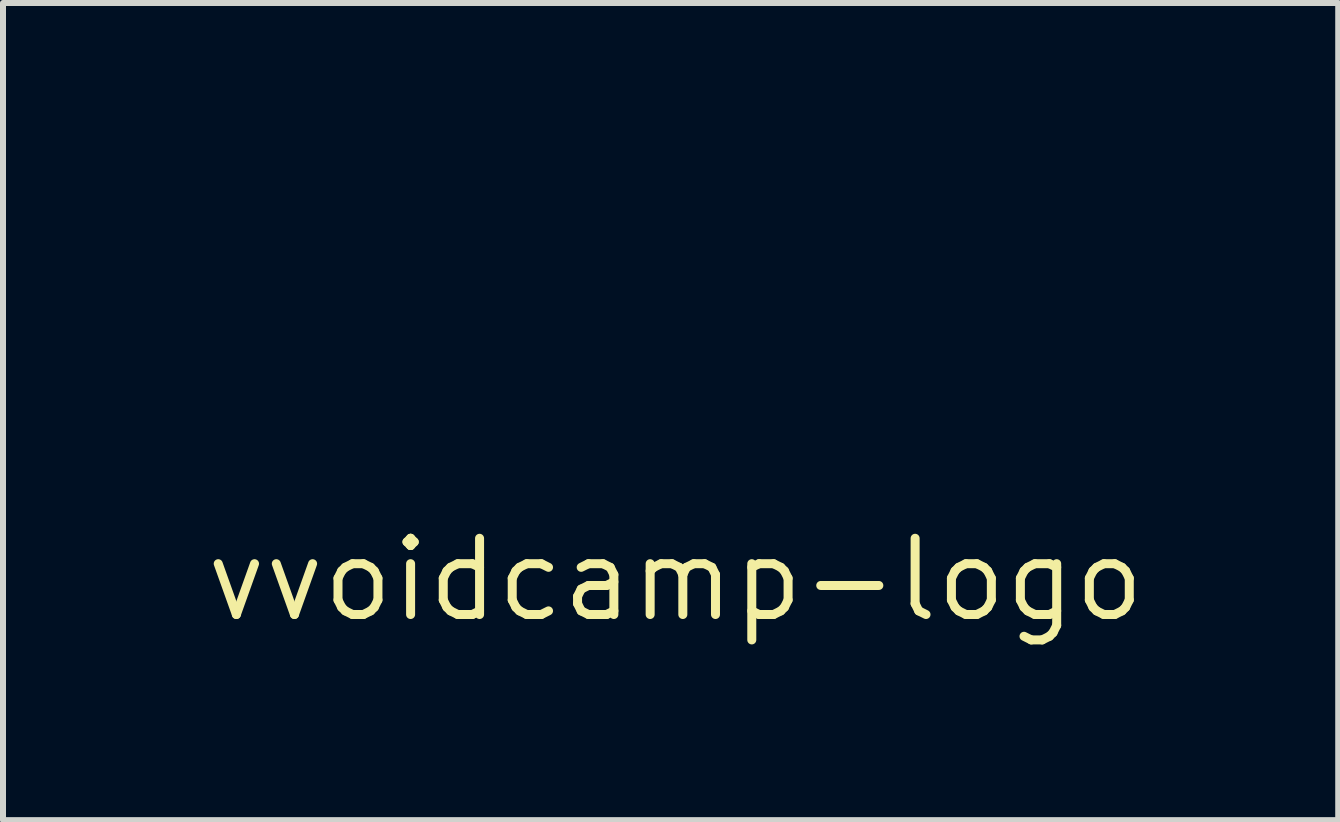
<source format=kicad_pcb>
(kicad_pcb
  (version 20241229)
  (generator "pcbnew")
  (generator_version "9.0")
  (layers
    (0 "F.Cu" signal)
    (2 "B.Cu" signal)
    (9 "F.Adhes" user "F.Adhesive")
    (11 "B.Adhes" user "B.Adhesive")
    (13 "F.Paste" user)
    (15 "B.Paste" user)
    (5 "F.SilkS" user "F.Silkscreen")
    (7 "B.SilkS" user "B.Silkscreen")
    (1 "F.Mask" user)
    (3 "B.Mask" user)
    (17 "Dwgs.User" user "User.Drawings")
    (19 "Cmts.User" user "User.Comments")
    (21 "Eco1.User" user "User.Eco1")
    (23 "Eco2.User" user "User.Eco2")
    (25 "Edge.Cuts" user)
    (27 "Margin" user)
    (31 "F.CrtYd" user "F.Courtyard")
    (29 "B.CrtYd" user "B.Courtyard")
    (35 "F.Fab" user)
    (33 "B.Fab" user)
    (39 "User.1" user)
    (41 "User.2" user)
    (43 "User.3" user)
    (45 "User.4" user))
  (footprint "vvoidcamp-logo"
    (layer "F.Cu")
    (at 8.206 6.609)
    (property "Reference" "vvoidcamp-logo" (at 0 0 0) (layer "F.SilkS") (effects (font (size 1.27 1.27) (thickness 0.15))))
    (attr through_hole)
    (fp_poly (pts (xy -5.312 -2.142) (xy -5.259 -2.052) (xy -5.184 -1.913) (xy -5.094 -1.741) (xy -4.997 -1.549) (xy -4.899 -1.351) (xy -4.808 -1.163) (xy -4.731 -0.997) (xy -4.675 -0.868) (xy -4.664 -0.841) (xy -4.699 -0.828) (xy -4.804 -0.818) (xy -4.967 -0.81) (xy -5.172 -0.805) (xy -5.309 -0.804) (xy -5.968 -0.804) (xy -5.869 -1.027) (xy -5.739 -1.317) (xy -5.619 -1.581) (xy -5.514 -1.808) (xy -5.429 -1.988) (xy -5.369 -2.112) (xy -5.337 -2.169) (xy -5.336 -2.17) (xy -5.312 -2.142)) (stroke (width 0.01) (type solid)) (fill yes) (layer "B.Mask"))
    (fp_poly (pts (xy 3.343 -6.597) (xy 3.386 -6.581) (xy 3.387 -6.579) (xy 3.369 -6.538) (xy 3.32 -6.429) (xy 3.242 -6.259) (xy 3.139 -6.036) (xy 3.015 -5.77) (xy 2.874 -5.466) (xy 2.72 -5.134) (xy 2.556 -4.782) (xy 2.386 -4.418) (xy 2.213 -4.049) (xy 2.043 -3.684) (xy 1.877 -3.33) (xy 1.721 -2.997) (xy 1.578 -2.691) (xy 1.451 -2.422) (xy 1.344 -2.196) (xy 1.262 -2.022) (xy 1.207 -1.908) (xy 1.185 -1.865) (xy 1.155 -1.844) (xy 1.116 -1.893) (xy 1.087 -1.957) (xy 1.022 -2.112) (xy 2.067 -4.356) (xy 3.111 -6.601) (xy 3.249 -6.603) (xy 3.343 -6.597)) (stroke (width 0.01) (type solid)) (fill yes) (layer "B.Mask"))
    (fp_poly (pts (xy -3.535 -6.603) (xy -2.446 -4.356) (xy -2.218 -3.886) (xy -2.025 -3.486) (xy -1.863 -3.15) (xy -1.731 -2.873) (xy -1.625 -2.647) (xy -1.543 -2.468) (xy -1.482 -2.328) (xy -1.44 -2.222) (xy -1.414 -2.144) (xy -1.402 -2.088) (xy -1.4 -2.047) (xy -1.406 -2.016) (xy -1.418 -1.989) (xy -1.42 -1.986) (xy -1.469 -1.902) (xy -1.501 -1.863) (xy -1.503 -1.863) (xy -1.533 -1.896) (xy -1.58 -1.976) (xy -1.582 -1.979) (xy -1.622 -2.059) (xy -1.693 -2.203) (xy -1.79 -2.402) (xy -1.91 -2.649) (xy -2.049 -2.935) (xy -2.204 -3.252) (xy -2.369 -3.592) (xy -2.541 -3.948) (xy -2.717 -4.311) (xy -2.892 -4.673) (xy -3.063 -5.027) (xy -3.225 -5.363) (xy -3.375 -5.675) (xy -3.51 -5.953) (xy -3.624 -6.191) (xy -3.714 -6.379) (xy -3.777 -6.511) (xy -3.807 -6.577) (xy -3.81 -6.584) (xy -3.773 -6.597) (xy -3.683 -6.603) (xy -3.672 -6.603) (xy -3.535 -6.603)) (stroke (width 0.01) (type solid)) (fill yes) (layer "B.Mask"))
    (fp_poly (pts (xy -5.354 -6.525) (xy -5.298 -6.417) (xy -5.21 -6.245) (xy -5.093 -6.014) (xy -4.951 -5.731) (xy -4.787 -5.4) (xy -4.603 -5.028) (xy -4.402 -4.621) (xy -4.187 -4.184) (xy -3.962 -3.723) (xy -3.917 -3.63) (xy -3.689 -3.164) (xy -3.472 -2.721) (xy -3.269 -2.305) (xy -3.082 -1.923) (xy -2.915 -1.58) (xy -2.77 -1.283) (xy -2.65 -1.038) (xy -2.557 -0.85) (xy -2.496 -0.725) (xy -2.469 -0.669) (xy -2.467 -0.667) (xy -2.503 -0.658) (xy -2.611 -0.65) (xy -2.781 -0.643) (xy -3.002 -0.638) (xy -3.26 -0.635) (xy -3.427 -0.635) (xy -4.404 -0.635) (xy -4.863 -1.577) (xy -5.323 -2.519) (xy -5.43 -2.286) (xy -5.484 -2.171) (xy -5.565 -1.998) (xy -5.667 -1.783) (xy -5.781 -1.545) (xy -5.877 -1.344) (xy -6.217 -0.635) (xy -7.218 -0.635) (xy -7.497 -0.636) (xy -7.745 -0.64) (xy -7.951 -0.645) (xy -8.102 -0.652) (xy -8.187 -0.661) (xy -8.201 -0.667) (xy -8.181 -0.709) (xy -8.127 -0.822) (xy -8.043 -1) (xy -7.931 -1.236) (xy -7.794 -1.525) (xy -7.634 -1.861) (xy -7.455 -2.238) (xy -7.26 -2.65) (xy -7.051 -3.091) (xy -6.831 -3.555) (xy -6.795 -3.63) (xy -6.574 -4.096) (xy -6.363 -4.54) (xy -6.164 -4.954) (xy -5.982 -5.334) (xy -5.818 -5.674) (xy -5.676 -5.967) (xy -5.558 -6.209) (xy -5.467 -6.392) (xy -5.406 -6.511) (xy -5.378 -6.561) (xy -5.377 -6.562) (xy -5.354 -6.525)) (stroke (width 0.01) (type solid)) (fill yes) (layer "B.Mask"))
    (fp_poly (pts (xy 1.311 -6.599) (xy 1.354 -6.588) (xy 1.355 -6.587) (xy 1.337 -6.547) (xy 1.288 -6.441) (xy 1.213 -6.279) (xy 1.116 -6.072) (xy 1.002 -5.83) (xy 0.876 -5.563) (xy 0.743 -5.281) (xy 0.608 -4.996) (xy 0.476 -4.717) (xy 0.352 -4.454) (xy 0.239 -4.219) (xy 0.145 -4.021) (xy 0.073 -3.87) (xy 0.027 -3.778) (xy 0.023 -3.768) (xy 0.01 -3.734) (xy 0.007 -3.691) (xy 0.018 -3.632) (xy 0.046 -3.547) (xy 0.095 -3.429) (xy 0.167 -3.269) (xy 0.267 -3.058) (xy 0.398 -2.788) (xy 0.562 -2.452) (xy 0.566 -2.443) (xy 1.164 -1.224) (xy 2.434 -3.904) (xy 3.705 -6.583) (xy 3.842 -6.596) (xy 3.935 -6.597) (xy 3.979 -6.582) (xy 3.979 -6.58) (xy 3.962 -6.537) (xy 3.911 -6.424) (xy 3.83 -6.249) (xy 3.723 -6.02) (xy 3.593 -5.743) (xy 3.443 -5.425) (xy 3.278 -5.075) (xy 3.1 -4.698) (xy 2.912 -4.303) (xy 2.719 -3.896) (xy 2.523 -3.484) (xy 2.328 -3.075) (xy 2.138 -2.676) (xy 1.956 -2.295) (xy 1.784 -1.937) (xy 1.628 -1.611) (xy 1.489 -1.324) (xy 1.373 -1.082) (xy 1.281 -0.894) (xy 1.217 -0.766) (xy 1.185 -0.705) (xy 1.183 -0.701) (xy 1.154 -0.727) (xy 1.093 -0.825) (xy 1.001 -0.991) (xy 0.881 -1.218) (xy 0.736 -1.503) (xy 0.568 -1.84) (xy 0.499 -1.982) (xy 0.348 -2.29) (xy 0.207 -2.573) (xy 0.083 -2.822) (xy -0.022 -3.028) (xy -0.102 -3.182) (xy -0.154 -3.276) (xy -0.171 -3.302) (xy -0.195 -3.265) (xy -0.25 -3.16) (xy -0.333 -2.997) (xy -0.438 -2.783) (xy -0.562 -2.528) (xy -0.7 -2.24) (xy -0.814 -2.002) (xy -0.96 -1.694) (xy -1.097 -1.412) (xy -1.218 -1.164) (xy -1.321 -0.959) (xy -1.399 -0.806) (xy -1.45 -0.714) (xy -1.467 -0.691) (xy -1.49 -0.726) (xy -1.548 -0.832) (xy -1.637 -1.002) (xy -1.755 -1.231) (xy -1.897 -1.513) (xy -2.062 -1.842) (xy -2.246 -2.212) (xy -2.447 -2.618) (xy -2.662 -3.053) (xy -2.887 -3.513) (xy -2.921 -3.583) (xy -3.148 -4.047) (xy -3.363 -4.49) (xy -3.565 -4.905) (xy -3.751 -5.288) (xy -3.917 -5.631) (xy -4.06 -5.928) (xy -4.179 -6.175) (xy -4.269 -6.364) (xy -4.328 -6.489) (xy -4.353 -6.546) (xy -4.353 -6.548) (xy -4.342 -6.59) (xy -4.269 -6.599) (xy -4.23 -6.596) (xy -4.092 -6.583) (xy -2.797 -3.928) (xy -2.581 -3.486) (xy -2.376 -3.067) (xy -2.184 -2.677) (xy -2.009 -2.322) (xy -1.854 -2.008) (xy -1.721 -1.742) (xy -1.614 -1.53) (xy -1.536 -1.377) (xy -1.489 -1.29) (xy -1.477 -1.272) (xy -1.454 -1.308) (xy -1.4 -1.409) (xy -1.322 -1.565) (xy -1.224 -1.764) (xy -1.111 -1.995) (xy -0.99 -2.246) (xy -0.865 -2.507) (xy -0.742 -2.766) (xy -0.626 -3.012) (xy -0.523 -3.233) (xy -0.437 -3.419) (xy -0.375 -3.559) (xy -0.342 -3.64) (xy -0.338 -3.655) (xy -0.356 -3.7) (xy -0.407 -3.812) (xy -0.488 -3.983) (xy -0.594 -4.204) (xy -0.72 -4.467) (xy -0.864 -4.764) (xy -1.02 -5.084) (xy -1.037 -5.12) (xy -1.194 -5.442) (xy -1.339 -5.741) (xy -1.468 -6.007) (xy -1.576 -6.232) (xy -1.659 -6.407) (xy -1.714 -6.525) (xy -1.735 -6.575) (xy -1.736 -6.577) (xy -1.699 -6.596) (xy -1.61 -6.604) (xy -1.605 -6.604) (xy -1.57 -6.602) (xy -1.537 -6.592) (xy -1.503 -6.567) (xy -1.462 -6.518) (xy -1.411 -6.438) (xy -1.345 -6.321) (xy -1.26 -6.158) (xy -1.151 -5.942) (xy -1.015 -5.665) (xy -0.845 -5.321) (xy -0.826 -5.281) (xy -0.177 -3.958) (xy 0.136 -4.614) (xy 0.272 -4.899) (xy 0.427 -5.226) (xy 0.585 -5.558) (xy 0.728 -5.861) (xy 0.764 -5.937) (xy 0.878 -6.178) (xy 0.964 -6.352) (xy 1.027 -6.471) (xy 1.076 -6.545) (xy 1.118 -6.585) (xy 1.16 -6.601) (xy 1.209 -6.604) (xy 1.217 -6.604) (xy 1.311 -6.599)) (stroke (width 0.01) (type solid)) (fill yes) (layer "B.Mask"))
    (fp_poly (pts (xy 5.171 -6.514) (xy 5.228 -6.409) (xy 5.314 -6.243) (xy 5.427 -6.021) (xy 5.563 -5.752) (xy 5.718 -5.442) (xy 5.89 -5.098) (xy 6.074 -4.728) (xy 6.268 -4.338) (xy 6.467 -3.935) (xy 6.668 -3.527) (xy 6.868 -3.121) (xy 7.063 -2.723) (xy 7.25 -2.341) (xy 7.425 -1.982) (xy 7.585 -1.653) (xy 7.726 -1.361) (xy 7.845 -1.112) (xy 7.938 -0.915) (xy 8.002 -0.776) (xy 8.034 -0.702) (xy 8.036 -0.695) (xy 8.03 -0.678) (xy 7.999 -0.665) (xy 7.934 -0.655) (xy 7.828 -0.648) (xy 7.673 -0.644) (xy 7.46 -0.642) (xy 7.183 -0.642) (xy 6.832 -0.644) (xy 6.639 -0.645) (xy 5.228 -0.656) (xy 5.217 -1.45) (xy 5.215 -1.699) (xy 5.217 -1.915) (xy 5.222 -2.087) (xy 5.231 -2.201) (xy 5.242 -2.244) (xy 5.242 -2.244) (xy 5.278 -2.211) (xy 5.351 -2.12) (xy 5.451 -1.985) (xy 5.568 -1.819) (xy 5.589 -1.789) (xy 5.706 -1.617) (xy 5.805 -1.472) (xy 5.876 -1.368) (xy 5.912 -1.317) (xy 5.913 -1.315) (xy 5.951 -1.323) (xy 5.973 -1.342) (xy 5.974 -1.386) (xy 5.932 -1.479) (xy 5.846 -1.627) (xy 5.712 -1.833) (xy 5.613 -1.98) (xy 5.207 -2.574) (xy 5.207 -2.938) (xy 5.211 -3.101) (xy 5.221 -3.227) (xy 5.236 -3.295) (xy 5.243 -3.302) (xy 5.28 -3.269) (xy 5.353 -3.178) (xy 5.453 -3.043) (xy 5.57 -2.877) (xy 5.596 -2.84) (xy 5.742 -2.631) (xy 5.851 -2.493) (xy 5.925 -2.421) (xy 5.965 -2.411) (xy 5.972 -2.446) (xy 5.939 -2.525) (xy 5.865 -2.655) (xy 5.746 -2.841) (xy 5.613 -3.038) (xy 5.207 -3.632) (xy 5.207 -4.01) (xy 5.21 -4.181) (xy 5.217 -4.319) (xy 5.228 -4.402) (xy 5.234 -4.415) (xy 5.266 -4.393) (xy 5.336 -4.312) (xy 5.432 -4.186) (xy 5.545 -4.026) (xy 5.556 -4.01) (xy 5.692 -3.811) (xy 5.789 -3.672) (xy 5.854 -3.584) (xy 5.897 -3.536) (xy 5.927 -3.52) (xy 5.95 -3.524) (xy 5.966 -3.533) (xy 5.961 -3.578) (xy 5.907 -3.686) (xy 5.809 -3.851) (xy 5.668 -4.068) (xy 5.599 -4.172) (xy 5.464 -4.37) (xy 5.344 -4.541) (xy 5.249 -4.675) (xy 5.187 -4.758) (xy 5.165 -4.782) (xy 5.136 -4.748) (xy 5.071 -4.654) (xy 4.976 -4.51) (xy 4.86 -4.33) (xy 4.752 -4.16) (xy 4.593 -3.902) (xy 4.481 -3.705) (xy 4.416 -3.571) (xy 4.399 -3.503) (xy 4.402 -3.497) (xy 4.42 -3.478) (xy 4.437 -3.47) (xy 4.459 -3.483) (xy 4.495 -3.527) (xy 4.554 -3.612) (xy 4.642 -3.747) (xy 4.768 -3.943) (xy 4.778 -3.958) (xy 5.079 -4.424) (xy 5.079 -3.991) (xy 5.08 -3.558) (xy 4.72 -2.991) (xy 4.598 -2.796) (xy 4.493 -2.627) (xy 4.414 -2.496) (xy 4.369 -2.415) (xy 4.36 -2.397) (xy 4.395 -2.373) (xy 4.419 -2.371) (xy 4.463 -2.405) (xy 4.539 -2.498) (xy 4.639 -2.636) (xy 4.751 -2.807) (xy 4.769 -2.834) (xy 5.059 -3.298) (xy 5.071 -2.898) (xy 5.083 -2.498) (xy 4.722 -1.932) (xy 4.599 -1.738) (xy 4.494 -1.569) (xy 4.414 -1.438) (xy 4.369 -1.358) (xy 4.36 -1.339) (xy 4.394 -1.315) (xy 4.418 -1.312) (xy 4.463 -1.346) (xy 4.54 -1.438) (xy 4.637 -1.573) (xy 4.722 -1.704) (xy 4.829 -1.873) (xy 4.923 -2.022) (xy 4.994 -2.133) (xy 5.024 -2.179) (xy 5.044 -2.197) (xy 5.058 -2.18) (xy 5.068 -2.117) (xy 5.075 -2) (xy 5.078 -1.82) (xy 5.08 -1.569) (xy 5.08 -1.449) (xy 5.08 -0.635) (xy 3.704 -0.635) (xy 3.373 -0.636) (xy 3.07 -0.637) (xy 2.805 -0.639) (xy 2.59 -0.642) (xy 2.433 -0.646) (xy 2.344 -0.65) (xy 2.328 -0.653) (xy 2.346 -0.697) (xy 2.397 -0.81) (xy 2.478 -0.985) (xy 2.585 -1.215) (xy 2.716 -1.492) (xy 2.865 -1.809) (xy 3.031 -2.159) (xy 3.21 -2.535) (xy 3.399 -2.93) (xy 3.593 -3.337) (xy 3.789 -3.748) (xy 3.985 -4.157) (xy 4.177 -4.556) (xy 4.36 -4.938) (xy 4.533 -5.296) (xy 4.691 -5.623) (xy 4.832 -5.912) (xy 4.95 -6.156) (xy 5.045 -6.347) (xy 5.11 -6.479) (xy 5.145 -6.543) (xy 5.149 -6.549) (xy 5.171 -6.514)) (stroke (width 0.01) (type solid)) (fill yes) (layer "B.Mask")))
  (gr_rect
    (start -3 -3)
    (end 19.247 10.615)
    (stroke (width 0.1) (type default))
    (fill no)
    (layer "Edge.Cuts")))
</source>
